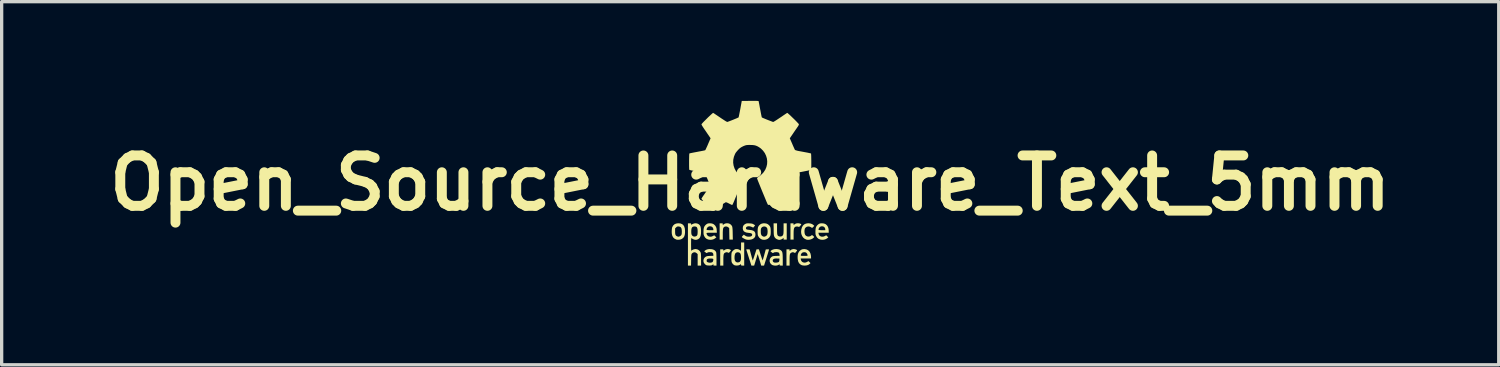
<source format=kicad_pcb>
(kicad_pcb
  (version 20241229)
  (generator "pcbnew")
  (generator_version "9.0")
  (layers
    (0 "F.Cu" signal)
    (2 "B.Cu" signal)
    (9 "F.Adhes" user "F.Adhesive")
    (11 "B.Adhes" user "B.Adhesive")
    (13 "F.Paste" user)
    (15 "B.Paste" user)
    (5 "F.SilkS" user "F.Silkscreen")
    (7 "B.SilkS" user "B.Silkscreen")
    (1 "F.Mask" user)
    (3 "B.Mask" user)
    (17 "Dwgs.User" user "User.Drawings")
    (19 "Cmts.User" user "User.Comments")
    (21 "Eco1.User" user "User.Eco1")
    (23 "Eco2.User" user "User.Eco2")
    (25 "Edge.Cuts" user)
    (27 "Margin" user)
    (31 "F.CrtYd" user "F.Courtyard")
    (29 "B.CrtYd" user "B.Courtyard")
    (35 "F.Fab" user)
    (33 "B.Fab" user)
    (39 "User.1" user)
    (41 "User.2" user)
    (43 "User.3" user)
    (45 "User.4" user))
  (footprint "Open_Source_Hardware_Text_5mm"
    (layer "F.Cu")
    (at 19.638 2.486)
    (property "Reference" "Open_Source_Hardware_Text_5mm" (at 0 0 0) (layer "F.SilkS") (effects (font (size 1.524 1.524) (thickness 0.3))))
    (attr board_only exclude_from_pos_files exclude_from_bom)
    (fp_poly (pts (xy 1.348 1.998) (xy 1.391 2.013) (xy 1.409 2.022) (xy 1.418 2.03) (xy 1.417 2.041) (xy 1.406 2.057) (xy 1.385 2.083) (xy 1.38 2.089) (xy 1.357 2.116) (xy 1.326 2.101) (xy 1.304 2.093) (xy 1.286 2.091) (xy 1.263 2.098) (xy 1.258 2.099) (xy 1.238 2.108) (xy 1.221 2.119) (xy 1.21 2.134) (xy 1.201 2.157) (xy 1.196 2.188) (xy 1.193 2.231) (xy 1.192 2.287) (xy 1.192 2.334) (xy 1.192 2.496) (xy 1.097 2.496) (xy 1.097 2.004) (xy 1.144 2.004) (xy 1.171 2.004) (xy 1.186 2.007) (xy 1.191 2.015) (xy 1.192 2.029) (xy 1.192 2.03) (xy 1.192 2.056) (xy 1.211 2.038) (xy 1.252 2.01) (xy 1.298 1.997)) (stroke (width 0) (type solid)) (fill yes) (layer "F.SilkS"))
    (fp_poly (pts (xy -0.652 1.998) (xy -0.611 2.01) (xy -0.6 2.016) (xy -0.588 2.024) (xy -0.584 2.033) (xy -0.588 2.044) (xy -0.601 2.062) (xy -0.623 2.088) (xy -0.639 2.105) (xy -0.65 2.111) (xy -0.664 2.106) (xy -0.671 2.103) (xy -0.7 2.092) (xy -0.727 2.093) (xy -0.756 2.104) (xy -0.774 2.114) (xy -0.788 2.127) (xy -0.798 2.144) (xy -0.804 2.169) (xy -0.809 2.204) (xy -0.811 2.251) (xy -0.812 2.311) (xy -0.812 2.335) (xy -0.812 2.496) (xy -0.907 2.496) (xy -0.907 2.004) (xy -0.859 2.004) (xy -0.832 2.004) (xy -0.818 2.007) (xy -0.813 2.014) (xy -0.812 2.025) (xy -0.81 2.041) (xy -0.804 2.045) (xy -0.79 2.037) (xy -0.776 2.026) (xy -0.741 2.006) (xy -0.697 1.996)) (stroke (width 0) (type solid)) (fill yes) (layer "F.SilkS"))
    (fp_poly (pts (xy 1.48 1.219) (xy 1.508 1.226) (xy 1.531 1.236) (xy 1.544 1.246) (xy 1.546 1.25) (xy 1.54 1.26) (xy 1.527 1.278) (xy 1.513 1.294) (xy 1.493 1.316) (xy 1.48 1.325) (xy 1.469 1.326) (xy 1.462 1.323) (xy 1.431 1.314) (xy 1.395 1.314) (xy 1.363 1.324) (xy 1.353 1.33) (xy 1.34 1.344) (xy 1.33 1.361) (xy 1.322 1.385) (xy 1.317 1.418) (xy 1.314 1.462) (xy 1.313 1.52) (xy 1.313 1.561) (xy 1.313 1.71) (xy 1.218 1.71) (xy 1.218 1.218) (xy 1.265 1.218) (xy 1.292 1.218) (xy 1.307 1.221) (xy 1.312 1.229) (xy 1.313 1.243) (xy 1.313 1.27) (xy 1.341 1.249) (xy 1.371 1.23) (xy 1.401 1.22) (xy 1.439 1.216) (xy 1.451 1.216)) (stroke (width 0) (type solid)) (fill yes) (layer "F.SilkS"))
    (fp_poly (pts (xy -0.643 1.223) (xy -0.603 1.243) (xy -0.577 1.267) (xy -0.563 1.283) (xy -0.552 1.299) (xy -0.544 1.318) (xy -0.539 1.343) (xy -0.535 1.375) (xy -0.532 1.418) (xy -0.53 1.474) (xy -0.529 1.527) (xy -0.525 1.71) (xy -0.629 1.71) (xy -0.632 1.537) (xy -0.635 1.363) (xy -0.663 1.338) (xy -0.695 1.319) (xy -0.732 1.312) (xy -0.768 1.318) (xy -0.785 1.327) (xy -0.8 1.339) (xy -0.811 1.355) (xy -0.819 1.376) (xy -0.824 1.406) (xy -0.827 1.446) (xy -0.829 1.499) (xy -0.829 1.554) (xy -0.829 1.71) (xy -0.924 1.71) (xy -0.924 1.218) (xy -0.877 1.218) (xy -0.849 1.218) (xy -0.835 1.221) (xy -0.83 1.229) (xy -0.829 1.243) (xy -0.829 1.27) (xy -0.801 1.249) (xy -0.771 1.23) (xy -0.74 1.22) (xy -0.703 1.216) (xy -0.691 1.216)) (stroke (width 0) (type solid)) (fill yes) (layer "F.SilkS"))
    (fp_poly (pts (xy 0.812 1.382) (xy 0.812 1.447) (xy 0.814 1.496) (xy 0.816 1.533) (xy 0.821 1.56) (xy 0.829 1.579) (xy 0.839 1.593) (xy 0.853 1.603) (xy 0.859 1.606) (xy 0.895 1.617) (xy 0.934 1.615) (xy 0.963 1.603) (xy 0.978 1.591) (xy 0.99 1.576) (xy 0.999 1.555) (xy 1.005 1.527) (xy 1.008 1.488) (xy 1.01 1.437) (xy 1.01 1.373) (xy 1.01 1.218) (xy 1.105 1.218) (xy 1.105 1.71) (xy 1.01 1.71) (xy 1.01 1.655) (xy 0.991 1.674) (xy 0.957 1.697) (xy 0.916 1.713) (xy 0.878 1.719) (xy 0.854 1.715) (xy 0.823 1.704) (xy 0.802 1.695) (xy 0.771 1.675) (xy 0.749 1.653) (xy 0.734 1.628) (xy 0.727 1.613) (xy 0.722 1.599) (xy 0.718 1.583) (xy 0.715 1.562) (xy 0.713 1.533) (xy 0.711 1.495) (xy 0.71 1.444) (xy 0.71 1.402) (xy 0.707 1.218) (xy 0.812 1.218)) (stroke (width 0) (type solid)) (fill yes) (layer "F.SilkS"))
    (fp_poly (pts (xy 1.821 1.223) (xy 1.873 1.241) (xy 1.914 1.271) (xy 1.918 1.274) (xy 1.938 1.296) (xy 1.909 1.326) (xy 1.89 1.343) (xy 1.877 1.354) (xy 1.873 1.356) (xy 1.862 1.351) (xy 1.843 1.34) (xy 1.834 1.334) (xy 1.796 1.317) (xy 1.755 1.313) (xy 1.715 1.321) (xy 1.681 1.341) (xy 1.657 1.371) (xy 1.653 1.377) (xy 1.647 1.402) (xy 1.642 1.436) (xy 1.641 1.464) (xy 1.646 1.52) (xy 1.66 1.563) (xy 1.685 1.593) (xy 1.72 1.612) (xy 1.734 1.616) (xy 1.778 1.618) (xy 1.819 1.606) (xy 1.844 1.589) (xy 1.861 1.577) (xy 1.879 1.578) (xy 1.899 1.593) (xy 1.917 1.61) (xy 1.938 1.632) (xy 1.913 1.658) (xy 1.876 1.686) (xy 1.83 1.705) (xy 1.778 1.716) (xy 1.728 1.716) (xy 1.701 1.711) (xy 1.647 1.686) (xy 1.602 1.648) (xy 1.569 1.599) (xy 1.547 1.542) (xy 1.539 1.478) (xy 1.545 1.41) (xy 1.546 1.403) (xy 1.566 1.338) (xy 1.595 1.287) (xy 1.635 1.25) (xy 1.685 1.226) (xy 1.745 1.217) (xy 1.762 1.216)) (stroke (width 0) (type solid)) (fill yes) (layer "F.SilkS"))
    (fp_poly (pts (xy -2.112 1.222) (xy -2.062 1.24) (xy -2.024 1.27) (xy -1.996 1.313) (xy -1.978 1.37) (xy -1.971 1.434) (xy -1.971 1.509) (xy -1.98 1.57) (xy -1.997 1.619) (xy -2.025 1.658) (xy -2.063 1.687) (xy -2.075 1.694) (xy -2.117 1.709) (xy -2.164 1.715) (xy -2.21 1.714) (xy -2.239 1.707) (xy -2.29 1.681) (xy -2.328 1.646) (xy -2.354 1.599) (xy -2.367 1.55) (xy -2.372 1.512) (xy -2.373 1.466) (xy -2.373 1.46) (xy -2.271 1.46) (xy -2.27 1.512) (xy -2.265 1.55) (xy -2.254 1.576) (xy -2.238 1.595) (xy -2.214 1.609) (xy -2.211 1.61) (xy -2.19 1.619) (xy -2.176 1.622) (xy -2.162 1.621) (xy -2.14 1.615) (xy -2.107 1.597) (xy -2.088 1.578) (xy -2.079 1.563) (xy -2.073 1.546) (xy -2.07 1.523) (xy -2.069 1.49) (xy -2.068 1.467) (xy -2.071 1.41) (xy -2.08 1.368) (xy -2.097 1.339) (xy -2.122 1.322) (xy -2.156 1.314) (xy -2.177 1.313) (xy -2.203 1.315) (xy -2.224 1.326) (xy -2.242 1.342) (xy -2.271 1.371) (xy -2.271 1.46) (xy -2.373 1.46) (xy -2.371 1.418) (xy -2.367 1.374) (xy -2.36 1.341) (xy -2.358 1.334) (xy -2.331 1.286) (xy -2.292 1.249) (xy -2.243 1.226) (xy -2.184 1.217) (xy -2.174 1.217)) (stroke (width 0) (type solid)) (fill yes) (layer "F.SilkS"))
    (fp_poly (pts (xy 2.233 1.224) (xy 2.283 1.245) (xy 2.323 1.28) (xy 2.352 1.327) (xy 2.37 1.386) (xy 2.375 1.448) (xy 2.375 1.503) (xy 2.063 1.503) (xy 2.069 1.531) (xy 2.079 1.565) (xy 2.094 1.588) (xy 2.119 1.607) (xy 2.159 1.622) (xy 2.204 1.622) (xy 2.249 1.607) (xy 2.261 1.601) (xy 2.299 1.579) (xy 2.362 1.642) (xy 2.332 1.668) (xy 2.286 1.696) (xy 2.231 1.713) (xy 2.173 1.717) (xy 2.116 1.708) (xy 2.111 1.706) (xy 2.062 1.684) (xy 2.024 1.65) (xy 1.997 1.607) (xy 1.986 1.583) (xy 1.979 1.561) (xy 1.975 1.537) (xy 1.974 1.504) (xy 1.973 1.468) (xy 1.976 1.406) (xy 1.977 1.4) (xy 2.067 1.4) (xy 2.068 1.415) (xy 2.068 1.416) (xy 2.079 1.42) (xy 2.104 1.423) (xy 2.14 1.425) (xy 2.173 1.425) (xy 2.271 1.425) (xy 2.271 1.403) (xy 2.264 1.365) (xy 2.246 1.337) (xy 2.219 1.317) (xy 2.187 1.308) (xy 2.153 1.308) (xy 2.12 1.32) (xy 2.093 1.342) (xy 2.073 1.375) (xy 2.072 1.379) (xy 2.067 1.4) (xy 1.977 1.4) (xy 1.983 1.358) (xy 1.997 1.319) (xy 2.019 1.287) (xy 2.039 1.265) (xy 2.071 1.24) (xy 2.101 1.225) (xy 2.136 1.218) (xy 2.173 1.217)) (stroke (width 0) (type solid)) (fill yes) (layer "F.SilkS"))
    (fp_poly (pts (xy 0.48 1.222) (xy 0.525 1.239) (xy 0.565 1.269) (xy 0.577 1.282) (xy 0.595 1.306) (xy 0.608 1.333) (xy 0.616 1.366) (xy 0.62 1.409) (xy 0.622 1.465) (xy 0.622 1.473) (xy 0.621 1.52) (xy 0.618 1.555) (xy 0.613 1.581) (xy 0.605 1.602) (xy 0.575 1.649) (xy 0.533 1.685) (xy 0.483 1.708) (xy 0.429 1.717) (xy 0.372 1.712) (xy 0.35 1.705) (xy 0.307 1.681) (xy 0.269 1.646) (xy 0.242 1.603) (xy 0.241 1.602) (xy 0.233 1.581) (xy 0.228 1.555) (xy 0.226 1.52) (xy 0.225 1.473) (xy 0.225 1.464) (xy 0.32 1.464) (xy 0.322 1.518) (xy 0.331 1.557) (xy 0.347 1.586) (xy 0.371 1.605) (xy 0.382 1.611) (xy 0.408 1.621) (xy 0.429 1.622) (xy 0.452 1.615) (xy 0.462 1.611) (xy 0.491 1.593) (xy 0.511 1.567) (xy 0.522 1.53) (xy 0.527 1.48) (xy 0.527 1.47) (xy 0.525 1.427) (xy 0.52 1.391) (xy 0.515 1.369) (xy 0.494 1.339) (xy 0.464 1.32) (xy 0.429 1.313) (xy 0.393 1.317) (xy 0.36 1.332) (xy 0.337 1.358) (xy 0.328 1.376) (xy 0.323 1.398) (xy 0.32 1.429) (xy 0.32 1.464) (xy 0.225 1.464) (xy 0.226 1.415) (xy 0.23 1.371) (xy 0.237 1.336) (xy 0.25 1.309) (xy 0.267 1.284) (xy 0.27 1.282) (xy 0.308 1.247) (xy 0.352 1.226) (xy 0.404 1.217) (xy 0.424 1.217)) (stroke (width 0) (type solid)) (fill yes) (layer "F.SilkS"))
    (fp_poly (pts (xy 1.656 1.998) (xy 1.713 2.011) (xy 1.76 2.039) (xy 1.797 2.079) (xy 1.823 2.131) (xy 1.837 2.195) (xy 1.84 2.242) (xy 1.84 2.28) (xy 1.526 2.28) (xy 1.531 2.311) (xy 1.544 2.351) (xy 1.568 2.38) (xy 1.594 2.396) (xy 1.635 2.407) (xy 1.679 2.403) (xy 1.722 2.385) (xy 1.73 2.38) (xy 1.759 2.36) (xy 1.791 2.39) (xy 1.824 2.42) (xy 1.804 2.441) (xy 1.765 2.471) (xy 1.716 2.489) (xy 1.655 2.496) (xy 1.649 2.496) (xy 1.608 2.493) (xy 1.573 2.488) (xy 1.555 2.482) (xy 1.509 2.455) (xy 1.475 2.419) (xy 1.452 2.372) (xy 1.439 2.312) (xy 1.435 2.27) (xy 1.435 2.204) (xy 1.438 2.185) (xy 1.529 2.185) (xy 1.533 2.194) (xy 1.548 2.2) (xy 1.575 2.202) (xy 1.616 2.202) (xy 1.632 2.202) (xy 1.676 2.202) (xy 1.705 2.201) (xy 1.723 2.199) (xy 1.732 2.196) (xy 1.736 2.19) (xy 1.736 2.185) (xy 1.73 2.157) (xy 1.714 2.127) (xy 1.692 2.105) (xy 1.691 2.104) (xy 1.663 2.093) (xy 1.628 2.091) (xy 1.592 2.098) (xy 1.579 2.104) (xy 1.558 2.121) (xy 1.541 2.146) (xy 1.541 2.146) (xy 1.532 2.169) (xy 1.529 2.185) (xy 1.438 2.185) (xy 1.442 2.15) (xy 1.458 2.107) (xy 1.482 2.069) (xy 1.498 2.051) (xy 1.54 2.018) (xy 1.587 2) (xy 1.642 1.997)) (stroke (width 0) (type solid)) (fill yes) (layer "F.SilkS"))
    (fp_poly (pts (xy -1.152 1.224) (xy -1.103 1.246) (xy -1.062 1.283) (xy -1.042 1.313) (xy -1.028 1.341) (xy -1.019 1.367) (xy -1.014 1.399) (xy -1.012 1.431) (xy -1.008 1.503) (xy -1.165 1.503) (xy -1.223 1.503) (xy -1.265 1.503) (xy -1.294 1.505) (xy -1.312 1.509) (xy -1.32 1.516) (xy -1.321 1.527) (xy -1.316 1.542) (xy -1.309 1.559) (xy -1.287 1.592) (xy -1.254 1.613) (xy -1.215 1.623) (xy -1.172 1.62) (xy -1.129 1.603) (xy -1.126 1.602) (xy -1.089 1.58) (xy -1.056 1.611) (xy -1.023 1.641) (xy -1.054 1.667) (xy -1.099 1.696) (xy -1.153 1.713) (xy -1.211 1.717) (xy -1.269 1.708) (xy -1.275 1.706) (xy -1.324 1.684) (xy -1.362 1.65) (xy -1.389 1.607) (xy -1.399 1.583) (xy -1.406 1.561) (xy -1.41 1.537) (xy -1.412 1.504) (xy -1.412 1.468) (xy -1.41 1.406) (xy -1.409 1.4) (xy -1.318 1.4) (xy -1.318 1.415) (xy -1.317 1.416) (xy -1.306 1.42) (xy -1.281 1.423) (xy -1.245 1.425) (xy -1.213 1.425) (xy -1.114 1.425) (xy -1.114 1.403) (xy -1.121 1.365) (xy -1.14 1.337) (xy -1.167 1.317) (xy -1.199 1.308) (xy -1.233 1.308) (xy -1.265 1.32) (xy -1.293 1.342) (xy -1.312 1.375) (xy -1.313 1.379) (xy -1.318 1.4) (xy -1.409 1.4) (xy -1.402 1.358) (xy -1.388 1.319) (xy -1.367 1.287) (xy -1.346 1.265) (xy -1.315 1.24) (xy -1.286 1.225) (xy -1.251 1.218) (xy -1.211 1.217)) (stroke (width 0) (type solid)) (fill yes) (layer "F.SilkS"))
    (fp_poly (pts (xy -0.181 2.496) (xy -0.229 2.496) (xy -0.256 2.495) (xy -0.27 2.492) (xy -0.276 2.485) (xy -0.276 2.474) (xy -0.278 2.459) (xy -0.283 2.454) (xy -0.297 2.461) (xy -0.312 2.472) (xy -0.341 2.486) (xy -0.38 2.493) (xy -0.422 2.495) (xy -0.461 2.489) (xy -0.482 2.482) (xy -0.521 2.453) (xy -0.55 2.414) (xy -0.561 2.386) (xy -0.565 2.361) (xy -0.568 2.324) (xy -0.569 2.282) (xy -0.474 2.282) (xy -0.466 2.333) (xy -0.448 2.369) (xy -0.42 2.392) (xy -0.383 2.401) (xy -0.378 2.401) (xy -0.338 2.395) (xy -0.317 2.384) (xy -0.297 2.361) (xy -0.284 2.329) (xy -0.278 2.286) (xy -0.278 2.229) (xy -0.278 2.228) (xy -0.282 2.179) (xy -0.29 2.145) (xy -0.304 2.121) (xy -0.325 2.106) (xy -0.344 2.098) (xy -0.376 2.092) (xy -0.405 2.097) (xy -0.409 2.098) (xy -0.437 2.114) (xy -0.456 2.14) (xy -0.468 2.18) (xy -0.473 2.216) (xy -0.474 2.282) (xy -0.569 2.282) (xy -0.569 2.279) (xy -0.57 2.231) (xy -0.569 2.184) (xy -0.566 2.143) (xy -0.563 2.114) (xy -0.561 2.106) (xy -0.546 2.076) (xy -0.52 2.045) (xy -0.488 2.019) (xy -0.456 2.002) (xy -0.445 1.999) (xy -0.394 1.996) (xy -0.347 2.007) (xy -0.315 2.024) (xy -0.296 2.038) (xy -0.283 2.046) (xy -0.281 2.047) (xy -0.28 2.039) (xy -0.278 2.016) (xy -0.277 1.983) (xy -0.276 1.941) (xy -0.276 1.922) (xy -0.276 1.796) (xy -0.181 1.796)) (stroke (width 0) (type solid)) (fill yes) (layer "F.SilkS"))
    (fp_poly (pts (xy -0.005 2.049) (xy 0.002 2.074) (xy 0.012 2.111) (xy 0.024 2.156) (xy 0.037 2.204) (xy 0.04 2.217) (xy 0.052 2.261) (xy 0.063 2.297) (xy 0.071 2.324) (xy 0.076 2.339) (xy 0.077 2.34) (xy 0.081 2.333) (xy 0.09 2.311) (xy 0.101 2.277) (xy 0.116 2.235) (xy 0.132 2.185) (xy 0.136 2.172) (xy 0.191 2.004) (xy 0.264 2.004) (xy 0.318 2.173) (xy 0.335 2.224) (xy 0.349 2.268) (xy 0.362 2.303) (xy 0.371 2.327) (xy 0.376 2.338) (xy 0.377 2.338) (xy 0.381 2.328) (xy 0.388 2.305) (xy 0.398 2.27) (xy 0.411 2.227) (xy 0.425 2.177) (xy 0.426 2.171) (xy 0.471 2.008) (xy 0.521 2.005) (xy 0.547 2.005) (xy 0.565 2.007) (xy 0.57 2.01) (xy 0.568 2.019) (xy 0.561 2.043) (xy 0.55 2.08) (xy 0.536 2.126) (xy 0.519 2.18) (xy 0.5 2.241) (xy 0.495 2.256) (xy 0.419 2.496) (xy 0.376 2.496) (xy 0.333 2.496) (xy 0.303 2.394) (xy 0.288 2.346) (xy 0.273 2.294) (xy 0.258 2.247) (xy 0.25 2.22) (xy 0.227 2.146) (xy 0.199 2.237) (xy 0.184 2.286) (xy 0.167 2.341) (xy 0.152 2.393) (xy 0.146 2.412) (xy 0.12 2.496) (xy 0.036 2.496) (xy 0.023 2.455) (xy 0.016 2.435) (xy 0.006 2.401) (xy -0.008 2.357) (xy -0.025 2.306) (xy -0.043 2.249) (xy -0.052 2.22) (xy -0.07 2.164) (xy -0.086 2.114) (xy -0.1 2.072) (xy -0.11 2.039) (xy -0.117 2.019) (xy -0.119 2.014) (xy -0.116 2.008) (xy -0.1 2.005) (xy -0.071 2.004) (xy -0.018 2.004)) (stroke (width 0) (type solid)) (fill yes) (layer "F.SilkS"))
    (fp_poly (pts (xy -0.048 1.219) (xy -0.026 1.22) (xy 0.016 1.222) (xy 0.046 1.226) (xy 0.07 1.232) (xy 0.094 1.243) (xy 0.101 1.248) (xy 0.126 1.262) (xy 0.142 1.273) (xy 0.147 1.278) (xy 0.142 1.288) (xy 0.128 1.305) (xy 0.119 1.317) (xy 0.09 1.349) (xy 0.054 1.33) (xy 0.013 1.314) (xy -0.028 1.307) (xy -0.065 1.308) (xy -0.096 1.317) (xy -0.118 1.333) (xy -0.128 1.356) (xy -0.127 1.375) (xy -0.121 1.389) (xy -0.112 1.399) (xy -0.094 1.406) (xy -0.067 1.411) (xy -0.025 1.416) (xy -0.016 1.417) (xy 0.047 1.426) (xy 0.094 1.442) (xy 0.128 1.465) (xy 0.149 1.498) (xy 0.158 1.54) (xy 0.159 1.564) (xy 0.153 1.611) (xy 0.131 1.65) (xy 0.095 1.681) (xy 0.072 1.693) (xy 0.03 1.708) (xy -0.022 1.715) (xy -0.074 1.716) (xy -0.121 1.709) (xy -0.127 1.707) (xy -0.159 1.694) (xy -0.192 1.677) (xy -0.223 1.659) (xy -0.244 1.643) (xy -0.249 1.639) (xy -0.252 1.629) (xy -0.245 1.616) (xy -0.227 1.596) (xy -0.225 1.594) (xy -0.191 1.561) (xy -0.165 1.583) (xy -0.122 1.609) (xy -0.071 1.622) (xy -0.025 1.622) (xy 0.018 1.615) (xy 0.045 1.6) (xy 0.059 1.576) (xy 0.06 1.562) (xy 0.056 1.542) (xy 0.041 1.527) (xy 0.014 1.516) (xy -0.027 1.509) (xy -0.048 1.507) (xy -0.111 1.498) (xy -0.16 1.48) (xy -0.195 1.454) (xy -0.216 1.418) (xy -0.224 1.373) (xy -0.225 1.363) (xy -0.218 1.315) (xy -0.198 1.276) (xy -0.163 1.246) (xy -0.147 1.237) (xy -0.126 1.227) (xy -0.106 1.221) (xy -0.082 1.219)) (stroke (width 0) (type solid)) (fill yes) (layer "F.SilkS"))
    (fp_poly (pts (xy 0.843 2) (xy 0.893 2.014) (xy 0.932 2.037) (xy 0.937 2.042) (xy 0.951 2.057) (xy 0.963 2.075) (xy 0.971 2.096) (xy 0.977 2.125) (xy 0.981 2.162) (xy 0.983 2.21) (xy 0.984 2.271) (xy 0.985 2.317) (xy 0.985 2.496) (xy 0.937 2.496) (xy 0.91 2.495) (xy 0.896 2.492) (xy 0.89 2.485) (xy 0.89 2.475) (xy 0.89 2.453) (xy 0.858 2.475) (xy 0.822 2.49) (xy 0.778 2.497) (xy 0.729 2.495) (xy 0.684 2.485) (xy 0.665 2.477) (xy 0.627 2.449) (xy 0.602 2.412) (xy 0.589 2.371) (xy 0.589 2.353) (xy 0.681 2.353) (xy 0.691 2.378) (xy 0.711 2.397) (xy 0.729 2.404) (xy 0.759 2.407) (xy 0.794 2.406) (xy 0.828 2.401) (xy 0.855 2.392) (xy 0.866 2.386) (xy 0.879 2.362) (xy 0.884 2.327) (xy 0.885 2.284) (xy 0.829 2.282) (xy 0.777 2.281) (xy 0.738 2.286) (xy 0.71 2.297) (xy 0.699 2.305) (xy 0.684 2.327) (xy 0.681 2.353) (xy 0.589 2.353) (xy 0.589 2.327) (xy 0.602 2.285) (xy 0.628 2.248) (xy 0.651 2.23) (xy 0.667 2.22) (xy 0.683 2.213) (xy 0.703 2.209) (xy 0.731 2.206) (xy 0.77 2.204) (xy 0.788 2.204) (xy 0.892 2.2) (xy 0.887 2.161) (xy 0.88 2.128) (xy 0.866 2.107) (xy 0.842 2.095) (xy 0.804 2.09) (xy 0.786 2.09) (xy 0.749 2.092) (xy 0.724 2.097) (xy 0.707 2.106) (xy 0.695 2.115) (xy 0.685 2.117) (xy 0.671 2.11) (xy 0.651 2.095) (xy 0.63 2.079) (xy 0.616 2.067) (xy 0.614 2.062) (xy 0.62 2.054) (xy 0.635 2.04) (xy 0.641 2.035) (xy 0.684 2.012) (xy 0.735 1.999) (xy 0.789 1.995)) (stroke (width 0) (type solid)) (fill yes) (layer "F.SilkS"))
    (fp_poly (pts (xy -1.179 1.998) (xy -1.124 2.009) (xy -1.08 2.03) (xy -1.047 2.06) (xy -1.028 2.097) (xy -1.025 2.115) (xy -1.023 2.148) (xy -1.021 2.191) (xy -1.02 2.242) (xy -1.019 2.298) (xy -1.019 2.312) (xy -1.019 2.496) (xy -1.067 2.496) (xy -1.094 2.495) (xy -1.108 2.493) (xy -1.113 2.485) (xy -1.114 2.473) (xy -1.114 2.45) (xy -1.136 2.471) (xy -1.15 2.481) (xy -1.166 2.488) (xy -1.189 2.492) (xy -1.225 2.494) (xy -1.229 2.494) (xy -1.278 2.493) (xy -1.314 2.488) (xy -1.326 2.484) (xy -1.356 2.465) (xy -1.384 2.435) (xy -1.404 2.403) (xy -1.412 2.38) (xy -1.413 2.345) (xy -1.317 2.345) (xy -1.315 2.368) (xy -1.307 2.383) (xy -1.287 2.394) (xy -1.246 2.407) (xy -1.199 2.408) (xy -1.159 2.4) (xy -1.139 2.389) (xy -1.127 2.37) (xy -1.122 2.356) (xy -1.115 2.324) (xy -1.115 2.303) (xy -1.125 2.291) (xy -1.148 2.285) (xy -1.185 2.282) (xy -1.188 2.282) (xy -1.24 2.283) (xy -1.278 2.29) (xy -1.302 2.303) (xy -1.315 2.325) (xy -1.317 2.345) (xy -1.413 2.345) (xy -1.414 2.33) (xy -1.4 2.285) (xy -1.372 2.248) (xy -1.344 2.227) (xy -1.325 2.218) (xy -1.304 2.212) (xy -1.278 2.207) (xy -1.241 2.205) (xy -1.211 2.204) (xy -1.114 2.2) (xy -1.114 2.166) (xy -1.119 2.135) (xy -1.135 2.111) (xy -1.149 2.1) (xy -1.165 2.093) (xy -1.189 2.091) (xy -1.216 2.09) (xy -1.254 2.091) (xy -1.279 2.097) (xy -1.296 2.106) (xy -1.296 2.106) (xy -1.309 2.115) (xy -1.319 2.117) (xy -1.332 2.11) (xy -1.354 2.094) (xy -1.354 2.094) (xy -1.391 2.065) (xy -1.374 2.048) (xy -1.335 2.02) (xy -1.284 2.003) (xy -1.243 1.997)) (stroke (width 0) (type solid)) (fill yes) (layer "F.SilkS"))
    (fp_poly (pts (xy -1.595 1.226) (xy -1.553 1.247) (xy -1.522 1.278) (xy -1.505 1.311) (xy -1.493 1.359) (xy -1.487 1.42) (xy -1.486 1.464) (xy -1.489 1.537) (xy -1.499 1.595) (xy -1.516 1.64) (xy -1.541 1.674) (xy -1.576 1.698) (xy -1.584 1.702) (xy -1.627 1.716) (xy -1.669 1.716) (xy -1.714 1.702) (xy -1.732 1.693) (xy -1.757 1.679) (xy -1.776 1.67) (xy -1.784 1.667) (xy -1.785 1.675) (xy -1.786 1.698) (xy -1.787 1.733) (xy -1.787 1.779) (xy -1.788 1.831) (xy -1.788 1.857) (xy -1.787 1.924) (xy -1.787 1.974) (xy -1.785 2.011) (xy -1.782 2.034) (xy -1.778 2.045) (xy -1.773 2.046) (xy -1.766 2.038) (xy -1.766 2.037) (xy -1.751 2.025) (xy -1.725 2.012) (xy -1.694 2.002) (xy -1.664 1.996) (xy -1.654 1.995) (xy -1.605 2.003) (xy -1.561 2.025) (xy -1.524 2.059) (xy -1.499 2.1) (xy -1.494 2.114) (xy -1.492 2.133) (xy -1.489 2.165) (xy -1.487 2.208) (xy -1.486 2.259) (xy -1.486 2.314) (xy -1.486 2.321) (xy -1.485 2.496) (xy -1.589 2.496) (xy -1.589 2.149) (xy -1.614 2.125) (xy -1.648 2.101) (xy -1.685 2.093) (xy -1.721 2.1) (xy -1.754 2.122) (xy -1.768 2.139) (xy -1.774 2.15) (xy -1.778 2.165) (xy -1.781 2.185) (xy -1.783 2.215) (xy -1.785 2.257) (xy -1.786 2.313) (xy -1.786 2.329) (xy -1.789 2.496) (xy -1.883 2.496) (xy -1.883 1.464) (xy -1.782 1.464) (xy -1.781 1.509) (xy -1.777 1.541) (xy -1.77 1.564) (xy -1.767 1.57) (xy -1.743 1.6) (xy -1.71 1.616) (xy -1.673 1.619) (xy -1.635 1.607) (xy -1.626 1.601) (xy -1.61 1.588) (xy -1.599 1.568) (xy -1.593 1.541) (xy -1.59 1.502) (xy -1.589 1.463) (xy -1.591 1.407) (xy -1.599 1.366) (xy -1.612 1.338) (xy -1.634 1.321) (xy -1.664 1.314) (xy -1.684 1.313) (xy -1.721 1.317) (xy -1.748 1.33) (xy -1.766 1.354) (xy -1.777 1.391) (xy -1.782 1.442) (xy -1.782 1.464) (xy -1.883 1.464) (xy -1.883 1.218) (xy -1.835 1.218) (xy -1.808 1.218) (xy -1.794 1.221) (xy -1.789 1.229) (xy -1.788 1.239) (xy -1.787 1.256) (xy -1.785 1.261) (xy -1.776 1.257) (xy -1.757 1.247) (xy -1.742 1.239) (xy -1.694 1.221) (xy -1.644 1.216)) (stroke (width 0) (type solid)) (fill yes) (layer "F.SilkS"))
    (fp_poly (pts (xy 0.181 -2.485) (xy 0.214 -2.484) (xy 0.237 -2.482) (xy 0.25 -2.48) (xy 0.255 -2.477) (xy 0.255 -2.477) (xy 0.257 -2.466) (xy 0.262 -2.44) (xy 0.27 -2.402) (xy 0.279 -2.353) (xy 0.289 -2.297) (xy 0.301 -2.235) (xy 0.302 -2.229) (xy 0.314 -2.167) (xy 0.324 -2.111) (xy 0.334 -2.062) (xy 0.342 -2.024) (xy 0.348 -1.998) (xy 0.352 -1.986) (xy 0.352 -1.986) (xy 0.363 -1.979) (xy 0.388 -1.968) (xy 0.423 -1.953) (xy 0.464 -1.936) (xy 0.51 -1.917) (xy 0.556 -1.899) (xy 0.601 -1.882) (xy 0.64 -1.867) (xy 0.671 -1.855) (xy 0.691 -1.849) (xy 0.696 -1.848) (xy 0.708 -1.853) (xy 0.732 -1.866) (xy 0.766 -1.887) (xy 0.808 -1.914) (xy 0.856 -1.946) (xy 0.908 -1.981) (xy 0.912 -1.983) (xy 0.964 -2.018) (xy 1.011 -2.051) (xy 1.053 -2.079) (xy 1.086 -2.101) (xy 1.109 -2.116) (xy 1.12 -2.122) (xy 1.12 -2.122) (xy 1.129 -2.118) (xy 1.148 -2.102) (xy 1.175 -2.078) (xy 1.209 -2.048) (xy 1.246 -2.012) (xy 1.286 -1.973) (xy 1.327 -1.934) (xy 1.366 -1.895) (xy 1.402 -1.858) (xy 1.432 -1.826) (xy 1.456 -1.801) (xy 1.47 -1.783) (xy 1.473 -1.777) (xy 1.47 -1.762) (xy 1.457 -1.734) (xy 1.432 -1.696) (xy 1.428 -1.691) (xy 1.407 -1.659) (xy 1.378 -1.618) (xy 1.345 -1.57) (xy 1.311 -1.52) (xy 1.289 -1.487) (xy 1.198 -1.354) (xy 1.274 -1.179) (xy 1.296 -1.127) (xy 1.317 -1.081) (xy 1.334 -1.042) (xy 1.348 -1.013) (xy 1.357 -0.997) (xy 1.359 -0.995) (xy 1.371 -0.99) (xy 1.396 -0.984) (xy 1.432 -0.976) (xy 1.475 -0.967) (xy 1.498 -0.963) (xy 1.591 -0.946) (xy 1.669 -0.931) (xy 1.734 -0.919) (xy 1.784 -0.908) (xy 1.818 -0.901) (xy 1.837 -0.895) (xy 1.839 -0.894) (xy 1.841 -0.885) (xy 1.843 -0.86) (xy 1.845 -0.824) (xy 1.846 -0.779) (xy 1.847 -0.727) (xy 1.848 -0.671) (xy 1.848 -0.614) (xy 1.848 -0.559) (xy 1.848 -0.508) (xy 1.847 -0.464) (xy 1.845 -0.429) (xy 1.843 -0.407) (xy 1.842 -0.401) (xy 1.832 -0.397) (xy 1.808 -0.391) (xy 1.772 -0.382) (xy 1.728 -0.372) (xy 1.676 -0.362) (xy 1.622 -0.351) (xy 1.566 -0.34) (xy 1.511 -0.33) (xy 1.461 -0.321) (xy 1.418 -0.314) (xy 1.392 -0.308) (xy 1.373 -0.3) (xy 1.369 -0.297) (xy 1.363 -0.286) (xy 1.351 -0.262) (xy 1.336 -0.227) (xy 1.318 -0.184) (xy 1.299 -0.137) (xy 1.279 -0.089) (xy 1.261 -0.042) (xy 1.244 0.002) (xy 1.23 0.038) (xy 1.221 0.064) (xy 1.218 0.078) (xy 1.218 0.078) (xy 1.22 0.086) (xy 1.228 0.101) (xy 1.241 0.123) (xy 1.261 0.155) (xy 1.289 0.196) (xy 1.324 0.248) (xy 1.369 0.313) (xy 1.414 0.378) (xy 1.436 0.411) (xy 1.456 0.441) (xy 1.469 0.462) (xy 1.474 0.472) (xy 1.471 0.481) (xy 1.459 0.498) (xy 1.436 0.524) (xy 1.402 0.561) (xy 1.357 0.607) (xy 1.308 0.657) (xy 1.263 0.702) (xy 1.221 0.742) (xy 1.185 0.776) (xy 1.156 0.803) (xy 1.135 0.821) (xy 1.125 0.829) (xy 1.124 0.829) (xy 1.114 0.824) (xy 1.092 0.811) (xy 1.059 0.791) (xy 1.019 0.764) (xy 0.973 0.733) (xy 0.934 0.707) (xy 0.884 0.673) (xy 0.838 0.642) (xy 0.798 0.616) (xy 0.767 0.596) (xy 0.745 0.584) (xy 0.737 0.581) (xy 0.721 0.583) (xy 0.693 0.594) (xy 0.656 0.611) (xy 0.636 0.622) (xy 0.601 0.64) (xy 0.572 0.653) (xy 0.551 0.662) (xy 0.543 0.663) (xy 0.536 0.654) (xy 0.524 0.633) (xy 0.51 0.601) (xy 0.493 0.563) (xy 0.492 0.561) (xy 0.439 0.432) (xy 0.392 0.319) (xy 0.351 0.22) (xy 0.316 0.134) (xy 0.287 0.062) (xy 0.263 0.002) (xy 0.243 -0.047) (xy 0.228 -0.085) (xy 0.217 -0.114) (xy 0.211 -0.133) (xy 0.208 -0.143) (xy 0.207 -0.145) (xy 0.214 -0.159) (xy 0.231 -0.174) (xy 0.233 -0.176) (xy 0.276 -0.205) (xy 0.323 -0.243) (xy 0.367 -0.284) (xy 0.403 -0.323) (xy 0.406 -0.327) (xy 0.457 -0.405) (xy 0.491 -0.487) (xy 0.511 -0.572) (xy 0.515 -0.659) (xy 0.505 -0.744) (xy 0.48 -0.827) (xy 0.442 -0.906) (xy 0.39 -0.978) (xy 0.325 -1.043) (xy 0.274 -1.08) (xy 0.223 -1.11) (xy 0.174 -1.131) (xy 0.123 -1.144) (xy 0.063 -1.151) (xy -0.004 -1.152) (xy -0.053 -1.152) (xy -0.088 -1.15) (xy -0.116 -1.147) (xy -0.14 -1.141) (xy -0.165 -1.133) (xy -0.177 -1.128) (xy -0.214 -1.113) (xy -0.25 -1.094) (xy -0.277 -1.079) (xy -0.316 -1.05) (xy -0.357 -1.011) (xy -0.397 -0.967) (xy -0.432 -0.924) (xy -0.456 -0.885) (xy -0.492 -0.795) (xy -0.512 -0.705) (xy -0.515 -0.615) (xy -0.502 -0.527) (xy -0.474 -0.442) (xy -0.431 -0.362) (xy -0.373 -0.289) (xy -0.3 -0.223) (xy -0.266 -0.199) (xy -0.235 -0.176) (xy -0.215 -0.158) (xy -0.208 -0.145) (xy -0.208 -0.144) (xy -0.211 -0.133) (xy -0.22 -0.108) (xy -0.234 -0.07) (xy -0.253 -0.022) (xy -0.275 0.034) (xy -0.301 0.097) (xy -0.328 0.164) (xy -0.329 0.167) (xy -0.359 0.239) (xy -0.389 0.31) (xy -0.417 0.379) (xy -0.443 0.441) (xy -0.465 0.494) (xy -0.482 0.537) (xy -0.492 0.561) (xy -0.509 0.599) (xy -0.524 0.631) (xy -0.535 0.653) (xy -0.543 0.663) (xy -0.543 0.663) (xy -0.554 0.661) (xy -0.577 0.651) (xy -0.608 0.636) (xy -0.636 0.622) (xy -0.676 0.601) (xy -0.709 0.587) (xy -0.731 0.581) (xy -0.737 0.581) (xy -0.749 0.586) (xy -0.773 0.601) (xy -0.807 0.622) (xy -0.849 0.649) (xy -0.896 0.681) (xy -0.934 0.707) (xy -0.983 0.74) (xy -1.028 0.77) (xy -1.067 0.796) (xy -1.097 0.815) (xy -1.117 0.826) (xy -1.124 0.829) (xy -1.133 0.823) (xy -1.152 0.807) (xy -1.181 0.781) (xy -1.216 0.747) (xy -1.257 0.708) (xy -1.301 0.664) (xy -1.308 0.657) (xy -1.363 0.601) (xy -1.407 0.556) (xy -1.44 0.521) (xy -1.461 0.495) (xy -1.472 0.479) (xy -1.474 0.472) (xy -1.467 0.459) (xy -1.453 0.436) (xy -1.433 0.406) (xy -1.414 0.378) (xy -1.361 0.302) (xy -1.319 0.24) (xy -1.284 0.189) (xy -1.258 0.149) (xy -1.239 0.119) (xy -1.226 0.098) (xy -1.219 0.085) (xy -1.218 0.078) (xy -1.221 0.066) (xy -1.23 0.04) (xy -1.243 0.004) (xy -1.259 -0.039) (xy -1.278 -0.086) (xy -1.298 -0.134) (xy -1.317 -0.181) (xy -1.335 -0.224) (xy -1.35 -0.259) (xy -1.362 -0.285) (xy -1.369 -0.297) (xy -1.369 -0.297) (xy -1.383 -0.304) (xy -1.408 -0.311) (xy -1.44 -0.318) (xy -1.444 -0.319) (xy -1.518 -0.332) (xy -1.589 -0.345) (xy -1.655 -0.357) (xy -1.714 -0.369) (xy -1.764 -0.38) (xy -1.804 -0.389) (xy -1.83 -0.396) (xy -1.841 -0.401) (xy -1.842 -0.401) (xy -1.844 -0.413) (xy -1.846 -0.439) (xy -1.847 -0.476) (xy -1.848 -0.522) (xy -1.848 -0.575) (xy -1.848 -0.631) (xy -1.848 -0.688) (xy -1.847 -0.743) (xy -1.846 -0.793) (xy -1.845 -0.836) (xy -1.843 -0.869) (xy -1.841 -0.889) (xy -1.839 -0.894) (xy -1.826 -0.899) (xy -1.796 -0.906) (xy -1.751 -0.915) (xy -1.69 -0.927) (xy -1.616 -0.941) (xy -1.528 -0.958) (xy -1.498 -0.963) (xy -1.453 -0.972) (xy -1.413 -0.98) (xy -1.382 -0.987) (xy -1.363 -0.993) (xy -1.359 -0.995) (xy -1.353 -1.005) (xy -1.341 -1.028) (xy -1.325 -1.063) (xy -1.305 -1.106) (xy -1.283 -1.156) (xy -1.274 -1.178) (xy -1.198 -1.354) (xy -1.244 -1.422) (xy -1.264 -1.452) (xy -1.292 -1.492) (xy -1.323 -1.538) (xy -1.357 -1.588) (xy -1.384 -1.626) (xy -1.422 -1.683) (xy -1.45 -1.727) (xy -1.467 -1.758) (xy -1.473 -1.775) (xy -1.473 -1.778) (xy -1.465 -1.789) (xy -1.447 -1.81) (xy -1.421 -1.839) (xy -1.388 -1.873) (xy -1.35 -1.91) (xy -1.31 -1.95) (xy -1.27 -1.99) (xy -1.23 -2.027) (xy -1.194 -2.061) (xy -1.163 -2.089) (xy -1.139 -2.11) (xy -1.124 -2.121) (xy -1.12 -2.122) (xy -1.11 -2.116) (xy -1.087 -2.102) (xy -1.055 -2.08) (xy -1.013 -2.052) (xy -0.966 -2.02) (xy -0.914 -1.985) (xy -0.911 -1.983) (xy -0.858 -1.947) (xy -0.81 -1.916) (xy -0.767 -1.888) (xy -0.733 -1.867) (xy -0.708 -1.854) (xy -0.696 -1.848) (xy -0.695 -1.848) (xy -0.683 -1.851) (xy -0.658 -1.86) (xy -0.623 -1.873) (xy -0.581 -1.889) (xy -0.535 -1.907) (xy -0.489 -1.926) (xy -0.445 -1.944) (xy -0.406 -1.96) (xy -0.375 -1.974) (xy -0.356 -1.983) (xy -0.352 -1.986) (xy -0.349 -1.991) (xy -0.346 -2.006) (xy -0.34 -2.03) (xy -0.333 -2.065) (xy -0.324 -2.112) (xy -0.312 -2.172) (xy -0.298 -2.246) (xy -0.282 -2.335) (xy -0.265 -2.427) (xy -0.255 -2.483) (xy -0.002 -2.485) (xy 0.074 -2.486) (xy 0.135 -2.486)) (stroke (width 0) (type solid)) (fill yes) (layer "F.SilkS")))
  (gr_rect
    (start -3 -3)
    (end 42.276 7.983)
    (stroke (width 0.1) (type default))
    (fill no)
    (layer "Edge.Cuts")))
</source>
